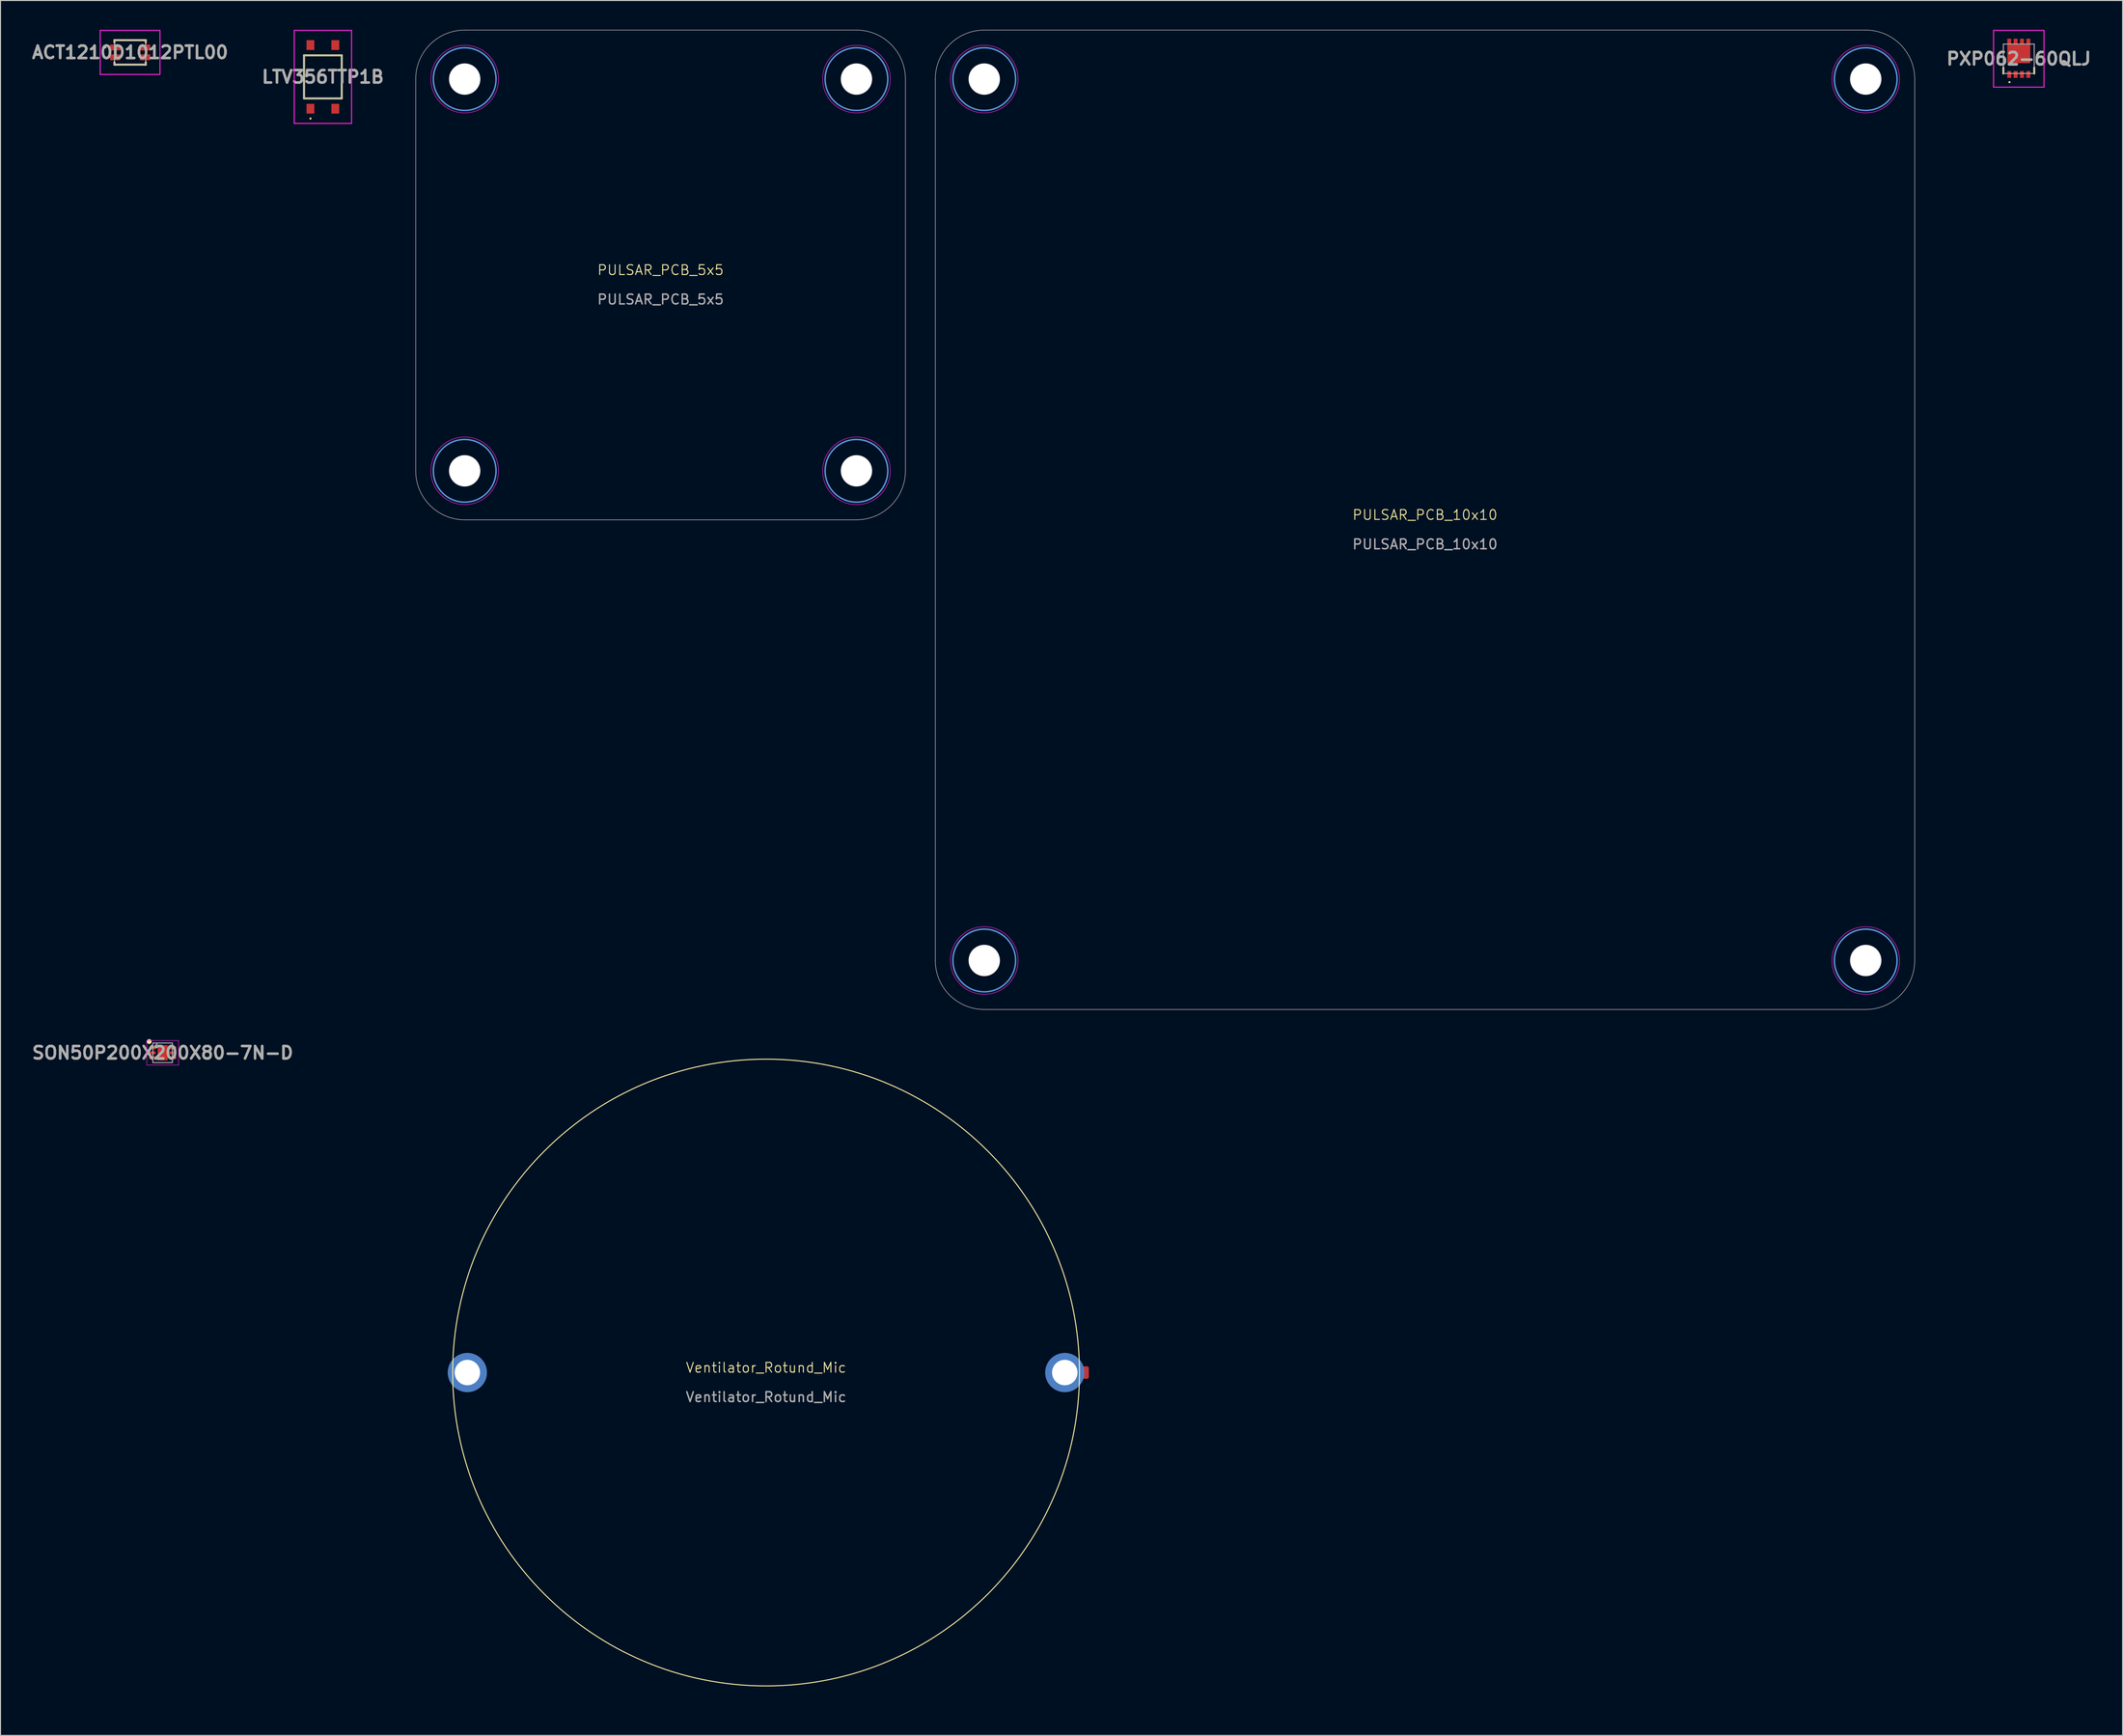
<source format=kicad_pcb>
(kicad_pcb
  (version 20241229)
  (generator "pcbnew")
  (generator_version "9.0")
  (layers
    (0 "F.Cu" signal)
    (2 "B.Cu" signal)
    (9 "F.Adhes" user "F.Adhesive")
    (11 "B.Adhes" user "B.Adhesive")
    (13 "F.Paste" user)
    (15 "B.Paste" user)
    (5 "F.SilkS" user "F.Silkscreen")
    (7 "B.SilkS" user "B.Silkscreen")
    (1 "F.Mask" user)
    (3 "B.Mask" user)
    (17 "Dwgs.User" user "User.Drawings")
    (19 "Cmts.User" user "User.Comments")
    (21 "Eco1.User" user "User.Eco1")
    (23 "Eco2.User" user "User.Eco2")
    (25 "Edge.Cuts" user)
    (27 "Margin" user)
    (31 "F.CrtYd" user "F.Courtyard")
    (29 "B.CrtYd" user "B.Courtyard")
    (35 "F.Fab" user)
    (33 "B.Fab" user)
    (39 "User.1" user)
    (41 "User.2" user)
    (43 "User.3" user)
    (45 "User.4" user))
  (footprint "PULSAR_PCB_5x5"
    (layer "F.Cu")
    (at 64.396 25.025)
    (property "Reference" "PULSAR_PCB_5x5" (at 0 -0.5 0) (unlocked yes) (layer "F.SilkS") (effects (font (size 1 1) (thickness 0.1))))
    (attr smd)
    (fp_circle (center -20 -20) (end -16.8 -20) (stroke (width 0.15) (type solid)) (fill no) (layer "Cmts.User"))
    (fp_circle (center -20 20) (end -20 16.8) (stroke (width 0.15) (type solid)) (fill no) (layer "Cmts.User"))
    (fp_circle (center 20 -20) (end 20 -16.8) (stroke (width 0.15) (type solid)) (fill no) (layer "Cmts.User"))
    (fp_circle (center 20 20) (end 16.8 20) (stroke (width 0.15) (type solid)) (fill no) (layer "Cmts.User"))
    (fp_line (start -25 20) (end -25 -20) (stroke (width 0.05) (type default)) (layer "Edge.Cuts"))
    (fp_line (start -20 -25) (end 20 -25) (stroke (width 0.05) (type default)) (layer "Edge.Cuts"))
    (fp_line (start 20 25) (end -20 25) (stroke (width 0.05) (type default)) (layer "Edge.Cuts"))
    (fp_line (start 25 -20) (end 25 20) (stroke (width 0.05) (type default)) (layer "Edge.Cuts"))
    (fp_arc (start -25 -20) (mid -23.535534 -23.535534) (end -20 -25) (stroke (width 0.05) (type default)) (layer "Edge.Cuts"))
    (fp_arc (start -20 25) (mid -23.535534 23.535534) (end -25 20) (stroke (width 0.05) (type default)) (layer "Edge.Cuts"))
    (fp_arc (start 20 -25) (mid 23.535534 -23.535534) (end 25 -20) (stroke (width 0.05) (type default)) (layer "Edge.Cuts"))
    (fp_arc (start 25 20) (mid 23.535534 23.535534) (end 20 25) (stroke (width 0.05) (type default)) (layer "Edge.Cuts"))
    (fp_circle (center -20 -20) (end -16.55 -20) (stroke (width 0.05) (type solid)) (fill no) (layer "F.CrtYd"))
    (fp_circle (center -20 20) (end -20 16.55) (stroke (width 0.05) (type solid)) (fill no) (layer "F.CrtYd"))
    (fp_circle (center 20 -20) (end 20 -16.55) (stroke (width 0.05) (type solid)) (fill no) (layer "F.CrtYd"))
    (fp_circle (center 20 20) (end 16.55 20) (stroke (width 0.05) (type solid)) (fill no) (layer "F.CrtYd"))
    (fp_text user "${REFERENCE}" (at 0 2.5 0) (unlocked yes) (layer "F.Fab") (effects (font (size 1 1) (thickness 0.15))))
    (pad "" np_thru_hole circle (at -20 -20) (size 3.2 3.2) (drill 3.2) (layers "*.Cu" "*.Mask"))
    (pad "" np_thru_hole circle (at -20 20 90) (size 3.2 3.2) (drill 3.2) (layers "*.Cu" "*.Mask"))
    (pad "" np_thru_hole circle (at 20 -20 270) (size 3.2 3.2) (drill 3.2) (layers "*.Cu" "*.Mask"))
    (pad "" np_thru_hole circle (at 20 20 180) (size 3.2 3.2) (drill 3.2) (layers "*.Cu" "*.Mask")))
  (footprint "PXP062-60QLJ"
    (layer "F.Cu")
    (at 203.073 1.501)
    (property "Reference" "PXP062-60QLJ" (at 0 1.449 0) (layer "F.SilkS") (effects (font (size 1.27 1.27) (thickness 0.254))))
    (attr smd)
    (fp_line (start -1.575 2.949) (end -1.575 2.349) (stroke (width 0.2) (type solid)) (layer "F.SilkS"))
    (fp_line (start -1.575 2.949) (end -1.575 2.949) (stroke (width 0.2) (type solid)) (layer "F.SilkS"))
    (fp_line (start -1 3.837) (end -1 3.837) (stroke (width 0.1) (type solid)) (layer "F.SilkS"))
    (fp_line (start -0.9 3.837) (end -0.9 3.837) (stroke (width 0.1) (type solid)) (layer "F.SilkS"))
    (fp_line (start 1.575 2.949) (end 1.575 2.349) (stroke (width 0.2) (type solid)) (layer "F.SilkS"))
    (fp_line (start 1.575 2.949) (end 1.575 2.949) (stroke (width 0.2) (type solid)) (layer "F.SilkS"))
    (fp_arc (start -1 3.837) (mid -0.95 3.787) (end -0.9 3.837) (stroke (width 0.1) (type solid)) (layer "F.SilkS"))
    (fp_arc (start -0.9 3.837) (mid -0.95 3.887) (end -1 3.837) (stroke (width 0.1) (type solid)) (layer "F.SilkS"))
    (fp_line (start -2.575 -1.451) (end 2.575 -1.451) (stroke (width 0.1) (type solid)) (layer "F.CrtYd"))
    (fp_line (start -2.575 4.35) (end -2.575 -1.451) (stroke (width 0.1) (type solid)) (layer "F.CrtYd"))
    (fp_line (start 2.575 -1.451) (end 2.575 4.35) (stroke (width 0.1) (type solid)) (layer "F.CrtYd"))
    (fp_line (start 2.575 4.35) (end -2.575 4.35) (stroke (width 0.1) (type solid)) (layer "F.CrtYd"))
    (fp_line (start -1.575 -0.051) (end -1.575 2.949) (stroke (width 0.1) (type solid)) (layer "F.Fab"))
    (fp_line (start -1.575 2.949) (end 1.575 2.949) (stroke (width 0.1) (type solid)) (layer "F.Fab"))
    (fp_line (start 1.575 -0.051) (end -1.575 -0.051) (stroke (width 0.1) (type solid)) (layer "F.Fab"))
    (fp_line (start 1.575 2.949) (end 1.575 -0.051) (stroke (width 0.1) (type solid)) (layer "F.Fab"))
    (fp_text user "${REFERENCE}" (at 0 1.449 0) (layer "F.Fab") (effects (font (size 1.27 1.27) (thickness 0.254))))
    (pad "1" smd rect (at -0.975 3.05) (size 0.4 0.7) (layers "F.Cu" "F.Mask" "F.Paste"))
    (pad "2" smd rect (at -0.325 3.05) (size 0.4 0.7) (layers "F.Cu" "F.Mask" "F.Paste"))
    (pad "3" smd rect (at 0.325 3.05) (size 0.4 0.7) (layers "F.Cu" "F.Mask" "F.Paste"))
    (pad "4" smd rect (at 0.975 3.05) (size 0.4 0.7) (layers "F.Cu" "F.Mask" "F.Paste"))
    (pad "5" smd rect (at 0.975 -0.3) (size 0.4 0.6) (layers "F.Cu" "F.Mask" "F.Paste"))
    (pad "6" smd rect (at 0.325 -0.3) (size 0.4 0.6) (layers "F.Cu" "F.Mask" "F.Paste"))
    (pad "7" smd rect (at -0.325 -0.3) (size 0.4 0.6) (layers "F.Cu" "F.Mask" "F.Paste"))
    (pad "8" smd rect (at -0.975 -0.3) (size 0.4 0.6) (layers "F.Cu" "F.Mask" "F.Paste"))
    (pad "9" smd rect (at 0 0.95 90) (size 1.9 2.35) (layers "F.Cu" "F.Mask" "F.Paste")))
  (footprint "Ventilator_Rotund_Mic"
    (layer "F.Cu")
    (at 75.168 137.1)
    (property "Reference" "Ventilator_Rotund_Mic" (at 0 -0.5 0) (unlocked yes) (layer "F.SilkS") (effects (font (size 1 1) (thickness 0.1))))
    (attr smd)
    (fp_circle (center 0 0) (end 32 0) (stroke (width 0.1) (type default)) (fill no) (layer "F.SilkS"))
    (fp_rect (start -45 -5) (end 45 5) (stroke (width 0.1) (type default)) (fill no) (layer "Margin"))
    (fp_circle (center 0 0) (end 34 0) (stroke (width 0.1) (type default)) (fill no) (layer "Margin"))
    (fp_text user "${REFERENCE}" (at 0 2.5 0) (unlocked yes) (layer "F.Fab") (effects (font (size 1 1) (thickness 0.15))))
    (pad "" np_thru_hole circle (at -30.5 0) (size 4 4) (drill 2.6) (layers "*.Cu" "*.Mask"))
    (pad "" np_thru_hole circle (at 30.5 0) (size 4 4) (drill 2.6) (layers "*.Cu" "*.Mask"))
    (pad "1" smd roundrect (at 32 0) (size 1.905 1.27) (layers "F.Cu" "F.Mask" "F.Paste") (roundrect_rratio 0.15)))
  (footprint "LTV356TTP1B"
    (layer "F.Cu")
    (at 29.918 4.8)
    (property "Reference" "LTV356TTP1B" (at 0 0 0) (layer "F.SilkS") (effects (font (size 1.27 1.27) (thickness 0.254))))
    (attr smd)
    (fp_line (start -1.925 -2.2) (end -1.925 2.2) (stroke (width 0.2) (type solid)) (layer "F.SilkS"))
    (fp_line (start -1.925 2.2) (end 1.925 2.2) (stroke (width 0.2) (type solid)) (layer "F.SilkS"))
    (fp_line (start -1.27 4.2) (end -1.27 4.2) (stroke (width 0.1) (type solid)) (layer "F.SilkS"))
    (fp_line (start -1.27 4.3) (end -1.27 4.3) (stroke (width 0.1) (type solid)) (layer "F.SilkS"))
    (fp_line (start -1.27 4.3) (end -1.27 4.3) (stroke (width 0.1) (type solid)) (layer "F.SilkS"))
    (fp_line (start 1.925 -2.2) (end -1.925 -2.2) (stroke (width 0.2) (type solid)) (layer "F.SilkS"))
    (fp_line (start 1.925 2.2) (end 1.925 -2.2) (stroke (width 0.2) (type solid)) (layer "F.SilkS"))
    (fp_arc (start -1.27 4.2) (mid -1.22 4.25) (end -1.27 4.3) (stroke (width 0.1) (type solid)) (layer "F.SilkS"))
    (fp_arc (start -1.27 4.2) (mid -1.22 4.25) (end -1.27 4.3) (stroke (width 0.1) (type solid)) (layer "F.SilkS"))
    (fp_arc (start -1.27 4.3) (mid -1.32 4.25) (end -1.27 4.2) (stroke (width 0.1) (type solid)) (layer "F.SilkS"))
    (fp_line (start -2.925 -4.75) (end 2.925 -4.75) (stroke (width 0.1) (type solid)) (layer "F.CrtYd"))
    (fp_line (start -2.925 4.75) (end -2.925 -4.75) (stroke (width 0.1) (type solid)) (layer "F.CrtYd"))
    (fp_line (start 2.925 -4.75) (end 2.925 4.75) (stroke (width 0.1) (type solid)) (layer "F.CrtYd"))
    (fp_line (start 2.925 4.75) (end -2.925 4.75) (stroke (width 0.1) (type solid)) (layer "F.CrtYd"))
    (fp_line (start -1.925 -2.2) (end -1.925 2.2) (stroke (width 0.1) (type solid)) (layer "F.Fab"))
    (fp_line (start -1.925 2.2) (end 1.925 2.2) (stroke (width 0.1) (type solid)) (layer "F.Fab"))
    (fp_line (start 1.925 -2.2) (end -1.925 -2.2) (stroke (width 0.1) (type solid)) (layer "F.Fab"))
    (fp_line (start 1.925 2.2) (end 1.925 -2.2) (stroke (width 0.1) (type solid)) (layer "F.Fab"))
    (fp_text user "${REFERENCE}" (at 0 0 0) (layer "F.Fab") (effects (font (size 1.27 1.27) (thickness 0.254))))
    (pad "1" smd rect (at -1.27 3.25) (size 0.8 1) (layers "F.Cu" "F.Mask" "F.Paste"))
    (pad "2" smd rect (at 1.27 3.25) (size 0.8 1) (layers "F.Cu" "F.Mask" "F.Paste"))
    (pad "3" smd rect (at 1.27 -3.25) (size 0.8 1) (layers "F.Cu" "F.Mask" "F.Paste"))
    (pad "4" smd rect (at -1.27 -3.25) (size 0.8 1) (layers "F.Cu" "F.Mask" "F.Paste")))
  (footprint "ACT1210D1012PTL00"
    (layer "F.Cu")
    (at 10.233 2.3)
    (property "Reference" "ACT1210D1012PTL00" (at 0 0 0) (layer "F.SilkS") (effects (font (size 1.27 1.27) (thickness 0.254))))
    (attr smd)
    (fp_line (start -2.6 -0.5) (end -2.6 -0.5) (stroke (width 0.1) (type solid)) (layer "F.SilkS"))
    (fp_line (start -2.5 -0.5) (end -2.5 -0.5) (stroke (width 0.1) (type solid)) (layer "F.SilkS"))
    (fp_line (start -1.6 -1.25) (end -1.525 -1.25) (stroke (width 0.2) (type solid)) (layer "F.SilkS"))
    (fp_line (start -1.6 -1.25) (end 1.6 -1.25) (stroke (width 0.2) (type solid)) (layer "F.SilkS"))
    (fp_line (start -1.6 -1) (end -1.6 -1.25) (stroke (width 0.2) (type solid)) (layer "F.SilkS"))
    (fp_line (start -1.6 1) (end -1.6 1.25) (stroke (width 0.2) (type solid)) (layer "F.SilkS"))
    (fp_line (start -1.6 1.25) (end -1.4 1.25) (stroke (width 0.2) (type solid)) (layer "F.SilkS"))
    (fp_line (start -1.6 1.25) (end 1.6 1.25) (stroke (width 0.2) (type solid)) (layer "F.SilkS"))
    (fp_line (start 1.6 -1.25) (end 1.4 -1.25) (stroke (width 0.2) (type solid)) (layer "F.SilkS"))
    (fp_line (start 1.6 -1) (end 1.6 -1.25) (stroke (width 0.2) (type solid)) (layer "F.SilkS"))
    (fp_line (start 1.6 1) (end 1.6 1.25) (stroke (width 0.2) (type solid)) (layer "F.SilkS"))
    (fp_line (start 1.6 1.25) (end 1.4 1.25) (stroke (width 0.2) (type solid)) (layer "F.SilkS"))
    (fp_arc (start -2.6 -0.5) (mid -2.55 -0.55) (end -2.5 -0.5) (stroke (width 0.1) (type solid)) (layer "F.SilkS"))
    (fp_arc (start -2.5 -0.5) (mid -2.55 -0.45) (end -2.6 -0.5) (stroke (width 0.1) (type solid)) (layer "F.SilkS"))
    (fp_line (start -3.05 -2.25) (end 3.05 -2.25) (stroke (width 0.1) (type solid)) (layer "F.CrtYd"))
    (fp_line (start -3.05 2.25) (end -3.05 -2.25) (stroke (width 0.1) (type solid)) (layer "F.CrtYd"))
    (fp_line (start 3.05 -2.25) (end 3.05 2.25) (stroke (width 0.1) (type solid)) (layer "F.CrtYd"))
    (fp_line (start 3.05 2.25) (end -3.05 2.25) (stroke (width 0.1) (type solid)) (layer "F.CrtYd"))
    (fp_line (start -1.6 -1.25) (end 1.6 -1.25) (stroke (width 0.1) (type solid)) (layer "F.Fab"))
    (fp_line (start -1.6 1.25) (end -1.6 -1.25) (stroke (width 0.1) (type solid)) (layer "F.Fab"))
    (fp_line (start 1.6 -1.25) (end 1.6 1.25) (stroke (width 0.1) (type solid)) (layer "F.Fab"))
    (fp_line (start 1.6 1.25) (end -1.6 1.25) (stroke (width 0.1) (type solid)) (layer "F.Fab"))
    (fp_text user "${REFERENCE}" (at 0 0 0) (layer "F.Fab") (effects (font (size 1.27 1.27) (thickness 0.254))))
    (pad "1" smd rect (at -1.525 -0.5 90) (size 0.6 1.05) (layers "F.Cu" "F.Mask" "F.Paste"))
    (pad "2" smd rect (at -1.525 0.5 90) (size 0.6 1.05) (layers "F.Cu" "F.Mask" "F.Paste"))
    (pad "3" smd rect (at 1.525 0.5 90) (size 0.6 1.05) (layers "F.Cu" "F.Mask" "F.Paste"))
    (pad "4" smd rect (at 1.525 -0.5 90) (size 0.6 1.05) (layers "F.Cu" "F.Mask" "F.Paste")))
  (footprint "PULSAR_PCB_10x10"
    (layer "F.Cu")
    (at 142.446 50.025)
    (property "Reference" "PULSAR_PCB_10x10" (at 0 -0.5 0) (unlocked yes) (layer "F.SilkS") (effects (font (size 1 1) (thickness 0.1))))
    (attr smd)
    (fp_circle (center -45 -45) (end -41.8 -45) (stroke (width 0.15) (type solid)) (fill no) (layer "Cmts.User"))
    (fp_circle (center -45 45) (end -41.8 45) (stroke (width 0.15) (type solid)) (fill no) (layer "Cmts.User"))
    (fp_circle (center 45 -45) (end 48.2 -45) (stroke (width 0.15) (type solid)) (fill no) (layer "Cmts.User"))
    (fp_circle (center 45 45) (end 48.2 45) (stroke (width 0.15) (type solid)) (fill no) (layer "Cmts.User"))
    (fp_line (start -50 45) (end -50 -45) (stroke (width 0.05) (type default)) (layer "Edge.Cuts"))
    (fp_line (start -45 -50) (end 45 -50) (stroke (width 0.05) (type default)) (layer "Edge.Cuts"))
    (fp_line (start 45 50) (end -45 50) (stroke (width 0.05) (type default)) (layer "Edge.Cuts"))
    (fp_line (start 50 -45) (end 50 45) (stroke (width 0.05) (type default)) (layer "Edge.Cuts"))
    (fp_arc (start -50 -45) (mid -48.535534 -48.535534) (end -45 -50) (stroke (width 0.05) (type default)) (layer "Edge.Cuts"))
    (fp_arc (start -45 50) (mid -48.535534 48.535534) (end -50 45) (stroke (width 0.05) (type default)) (layer "Edge.Cuts"))
    (fp_arc (start 45 -50) (mid 48.535534 -48.535534) (end 50 -45) (stroke (width 0.05) (type default)) (layer "Edge.Cuts"))
    (fp_arc (start 50 45) (mid 48.535534 48.535534) (end 45 50) (stroke (width 0.05) (type default)) (layer "Edge.Cuts"))
    (fp_circle (center -45 -45) (end -41.55 -45) (stroke (width 0.05) (type solid)) (fill no) (layer "F.CrtYd"))
    (fp_circle (center -45 45) (end -41.55 45) (stroke (width 0.05) (type solid)) (fill no) (layer "F.CrtYd"))
    (fp_circle (center 45 -45) (end 48.45 -45) (stroke (width 0.05) (type solid)) (fill no) (layer "F.CrtYd"))
    (fp_circle (center 45 45) (end 48.45 45) (stroke (width 0.05) (type solid)) (fill no) (layer "F.CrtYd"))
    (fp_text user "${REFERENCE}" (at 0 2.5 0) (unlocked yes) (layer "F.Fab") (effects (font (size 1 1) (thickness 0.15))))
    (pad "" np_thru_hole circle (at -45 -45) (size 3.2 3.2) (drill 3.2) (layers "*.Cu" "*.Mask"))
    (pad "" np_thru_hole circle (at -45 45) (size 3.2 3.2) (drill 3.2) (layers "*.Cu" "*.Mask"))
    (pad "" np_thru_hole circle (at 45 -45) (size 3.2 3.2) (drill 3.2) (layers "*.Cu" "*.Mask"))
    (pad "" np_thru_hole circle (at 45 45) (size 3.2 3.2) (drill 3.2) (layers "*.Cu" "*.Mask")))
  (footprint "SON50P200X200X80-7N-D"
    (layer "F.Cu")
    (at 13.559 104.45)
    (property "Reference" "SON50P200X200X80-7N-D" (at 0 0 0) (layer "F.SilkS") (effects (font (size 1.27 1.27) (thickness 0.254))))
    (attr smd)
    (fp_circle (center -1.375 -1.15) (end -1.375 -1.025) (stroke (width 0.25) (type solid)) (fill no) (layer "F.SilkS"))
    (fp_line (start -1.625 -1.25) (end 1.625 -1.25) (stroke (width 0.05) (type solid)) (layer "F.CrtYd"))
    (fp_line (start -1.625 1.25) (end -1.625 -1.25) (stroke (width 0.05) (type solid)) (layer "F.CrtYd"))
    (fp_line (start 1.625 -1.25) (end 1.625 1.25) (stroke (width 0.05) (type solid)) (layer "F.CrtYd"))
    (fp_line (start 1.625 1.25) (end -1.625 1.25) (stroke (width 0.05) (type solid)) (layer "F.CrtYd"))
    (fp_line (start -1 -1) (end 1 -1) (stroke (width 0.1) (type solid)) (layer "F.Fab"))
    (fp_line (start -1 -0.5) (end -0.5 -1) (stroke (width 0.1) (type solid)) (layer "F.Fab"))
    (fp_line (start -1 1) (end -1 -1) (stroke (width 0.1) (type solid)) (layer "F.Fab"))
    (fp_line (start 1 -1) (end 1 1) (stroke (width 0.1) (type solid)) (layer "F.Fab"))
    (fp_line (start 1 1) (end -1 1) (stroke (width 0.1) (type solid)) (layer "F.Fab"))
    (fp_text user "${REFERENCE}" (at 0 0 0) (layer "F.Fab") (effects (font (size 1.27 1.27) (thickness 0.254))))
    (pad "1" smd rect (at -1.05 -0.5 90) (size 0.3 0.65) (layers "F.Cu" "F.Mask" "F.Paste"))
    (pad "2" smd rect (at -1.05 0 90) (size 0.3 0.65) (layers "F.Cu" "F.Mask" "F.Paste"))
    (pad "3" smd rect (at -1.05 0.5 90) (size 0.3 0.65) (layers "F.Cu" "F.Mask" "F.Paste"))
    (pad "4" smd rect (at 1.05 0.5 90) (size 0.3 0.65) (layers "F.Cu" "F.Mask" "F.Paste"))
    (pad "5" smd rect (at 1.05 0 90) (size 0.3 0.65) (layers "F.Cu" "F.Mask" "F.Paste"))
    (pad "6" smd rect (at 1.05 -0.5 90) (size 0.3 0.65) (layers "F.Cu" "F.Mask" "F.Paste"))
    (pad "7" smd rect (at 0 0) (size 1.02 1.55) (layers "F.Cu" "F.Mask" "F.Paste")))
  (gr_rect
    (start -3 -3)
    (end 213.674 174.15)
    (stroke (width 0.1) (type default))
    (fill no)
    (layer "Edge.Cuts")))
</source>
